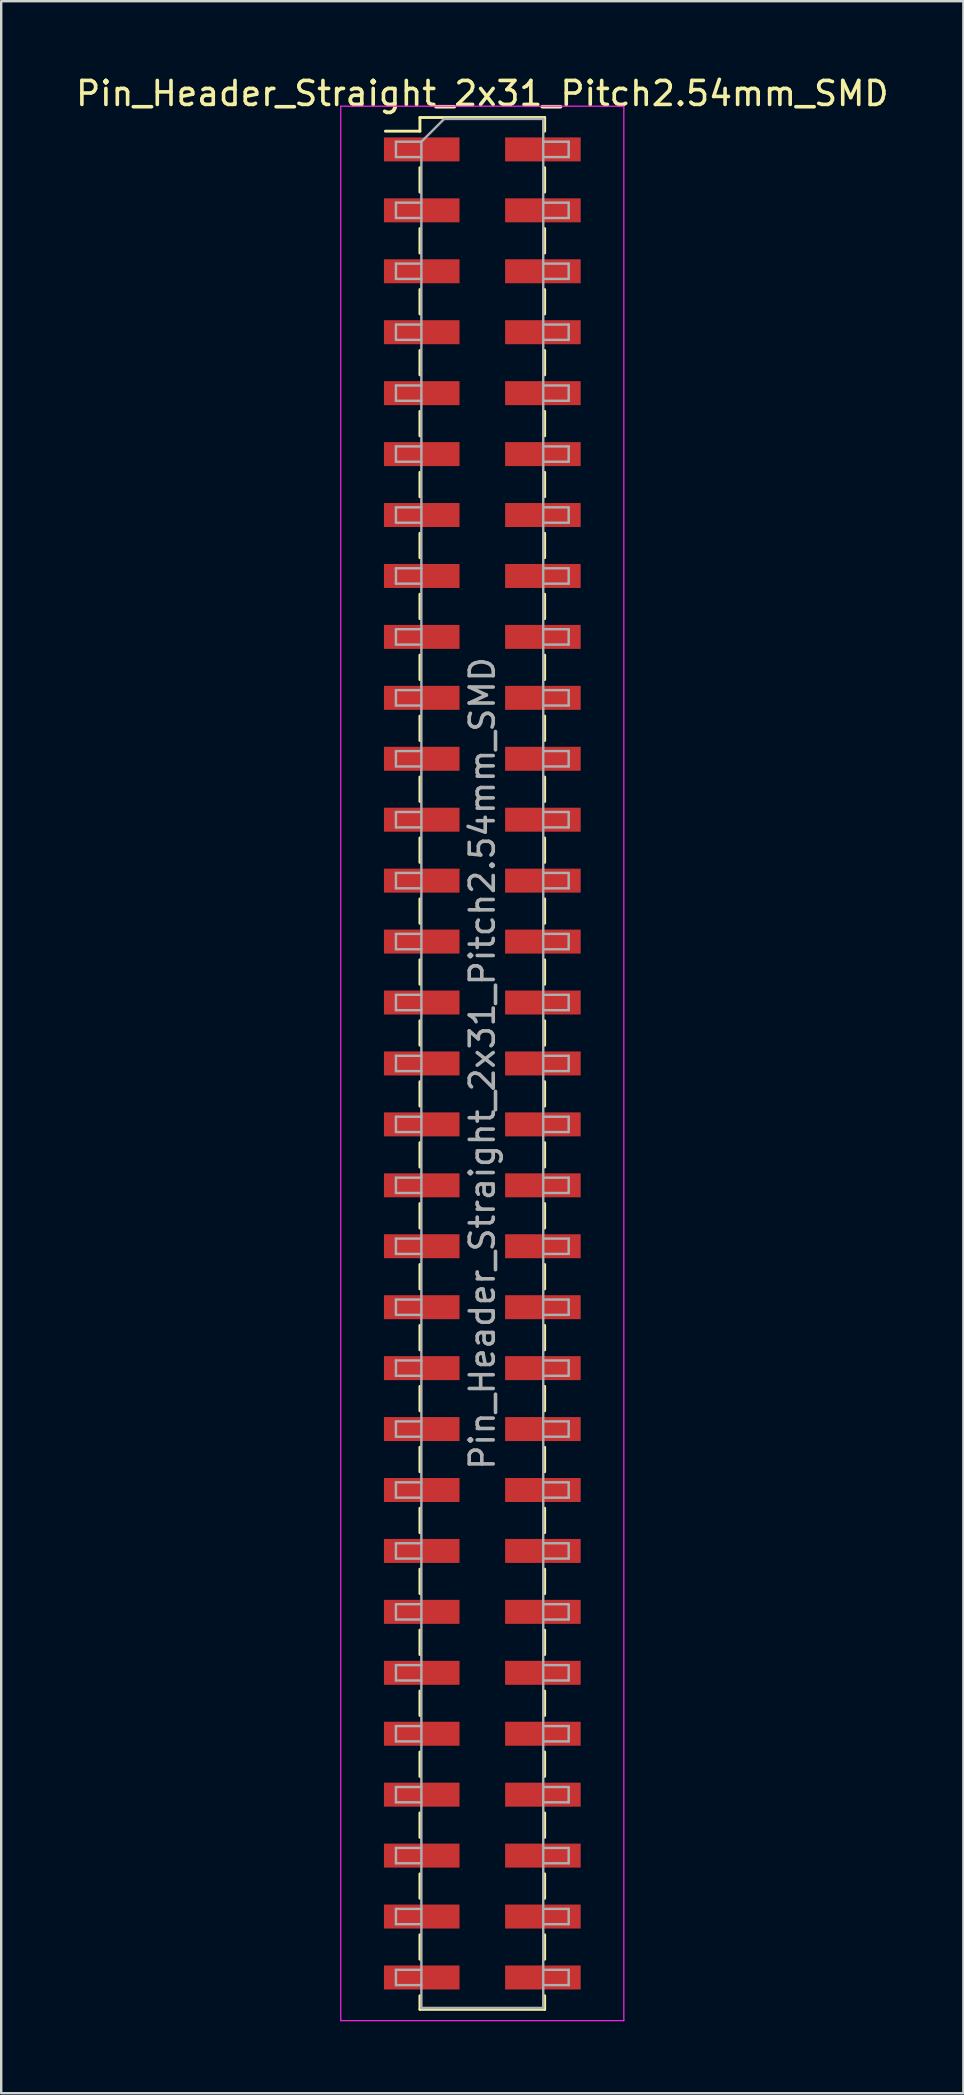
<source format=kicad_pcb>
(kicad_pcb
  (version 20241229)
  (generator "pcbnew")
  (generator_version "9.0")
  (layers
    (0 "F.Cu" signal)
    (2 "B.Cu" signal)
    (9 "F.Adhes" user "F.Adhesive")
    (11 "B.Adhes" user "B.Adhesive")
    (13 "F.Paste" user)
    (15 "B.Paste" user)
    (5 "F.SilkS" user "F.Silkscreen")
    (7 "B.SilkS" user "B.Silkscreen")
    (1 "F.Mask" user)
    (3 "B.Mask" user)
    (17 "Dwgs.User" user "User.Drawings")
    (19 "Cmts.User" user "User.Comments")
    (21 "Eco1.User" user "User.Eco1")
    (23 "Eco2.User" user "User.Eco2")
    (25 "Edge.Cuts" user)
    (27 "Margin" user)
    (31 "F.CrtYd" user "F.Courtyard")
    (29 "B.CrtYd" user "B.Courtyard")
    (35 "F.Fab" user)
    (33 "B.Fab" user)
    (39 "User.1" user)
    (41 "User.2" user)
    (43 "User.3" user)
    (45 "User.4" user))
  (footprint "Pin_Header_Straight_2x31_Pitch2.54mm_SMD"
    (layer "F.Cu")
    (at 17.054 41.278)
    (property "Reference" "Pin_Header_Straight_2x31_Pitch2.54mm_SMD" (at 0 -40.43 0) (layer "F.SilkS") (effects (font (size 1 1) (thickness 0.15))))
    (attr smd)
    (fp_line (start -4.04 -38.86) (end -2.6 -38.86) (stroke (width 0.12) (type solid)) (layer "F.SilkS"))
    (fp_line (start -2.6 -39.43) (end -2.6 -38.86) (stroke (width 0.12) (type solid)) (layer "F.SilkS"))
    (fp_line (start -2.6 -39.43) (end 2.6 -39.43) (stroke (width 0.12) (type solid)) (layer "F.SilkS"))
    (fp_line (start -2.6 -37.34) (end -2.6 -36.32) (stroke (width 0.12) (type solid)) (layer "F.SilkS"))
    (fp_line (start -2.6 -34.8) (end -2.6 -33.78) (stroke (width 0.12) (type solid)) (layer "F.SilkS"))
    (fp_line (start -2.6 -32.26) (end -2.6 -31.24) (stroke (width 0.12) (type solid)) (layer "F.SilkS"))
    (fp_line (start -2.6 -29.72) (end -2.6 -28.7) (stroke (width 0.12) (type solid)) (layer "F.SilkS"))
    (fp_line (start -2.6 -27.18) (end -2.6 -26.16) (stroke (width 0.12) (type solid)) (layer "F.SilkS"))
    (fp_line (start -2.6 -24.64) (end -2.6 -23.62) (stroke (width 0.12) (type solid)) (layer "F.SilkS"))
    (fp_line (start -2.6 -22.1) (end -2.6 -21.08) (stroke (width 0.12) (type solid)) (layer "F.SilkS"))
    (fp_line (start -2.6 -19.56) (end -2.6 -18.54) (stroke (width 0.12) (type solid)) (layer "F.SilkS"))
    (fp_line (start -2.6 -17.02) (end -2.6 -16) (stroke (width 0.12) (type solid)) (layer "F.SilkS"))
    (fp_line (start -2.6 -14.48) (end -2.6 -13.46) (stroke (width 0.12) (type solid)) (layer "F.SilkS"))
    (fp_line (start -2.6 -11.94) (end -2.6 -10.92) (stroke (width 0.12) (type solid)) (layer "F.SilkS"))
    (fp_line (start -2.6 -9.4) (end -2.6 -8.38) (stroke (width 0.12) (type solid)) (layer "F.SilkS"))
    (fp_line (start -2.6 -6.86) (end -2.6 -5.84) (stroke (width 0.12) (type solid)) (layer "F.SilkS"))
    (fp_line (start -2.6 -4.32) (end -2.6 -3.3) (stroke (width 0.12) (type solid)) (layer "F.SilkS"))
    (fp_line (start -2.6 -1.78) (end -2.6 -0.76) (stroke (width 0.12) (type solid)) (layer "F.SilkS"))
    (fp_line (start -2.6 0.76) (end -2.6 1.78) (stroke (width 0.12) (type solid)) (layer "F.SilkS"))
    (fp_line (start -2.6 3.3) (end -2.6 4.32) (stroke (width 0.12) (type solid)) (layer "F.SilkS"))
    (fp_line (start -2.6 5.84) (end -2.6 6.86) (stroke (width 0.12) (type solid)) (layer "F.SilkS"))
    (fp_line (start -2.6 8.38) (end -2.6 9.4) (stroke (width 0.12) (type solid)) (layer "F.SilkS"))
    (fp_line (start -2.6 10.92) (end -2.6 11.94) (stroke (width 0.12) (type solid)) (layer "F.SilkS"))
    (fp_line (start -2.6 13.46) (end -2.6 14.48) (stroke (width 0.12) (type solid)) (layer "F.SilkS"))
    (fp_line (start -2.6 16) (end -2.6 17.02) (stroke (width 0.12) (type solid)) (layer "F.SilkS"))
    (fp_line (start -2.6 18.54) (end -2.6 19.56) (stroke (width 0.12) (type solid)) (layer "F.SilkS"))
    (fp_line (start -2.6 21.08) (end -2.6 22.1) (stroke (width 0.12) (type solid)) (layer "F.SilkS"))
    (fp_line (start -2.6 23.62) (end -2.6 24.64) (stroke (width 0.12) (type solid)) (layer "F.SilkS"))
    (fp_line (start -2.6 26.16) (end -2.6 27.18) (stroke (width 0.12) (type solid)) (layer "F.SilkS"))
    (fp_line (start -2.6 28.7) (end -2.6 29.72) (stroke (width 0.12) (type solid)) (layer "F.SilkS"))
    (fp_line (start -2.6 31.24) (end -2.6 32.26) (stroke (width 0.12) (type solid)) (layer "F.SilkS"))
    (fp_line (start -2.6 33.78) (end -2.6 34.8) (stroke (width 0.12) (type solid)) (layer "F.SilkS"))
    (fp_line (start -2.6 36.32) (end -2.6 37.34) (stroke (width 0.12) (type solid)) (layer "F.SilkS"))
    (fp_line (start -2.6 38.86) (end -2.6 39.43) (stroke (width 0.12) (type solid)) (layer "F.SilkS"))
    (fp_line (start -2.6 39.43) (end 2.6 39.43) (stroke (width 0.12) (type solid)) (layer "F.SilkS"))
    (fp_line (start 2.6 -39.43) (end 2.6 -38.86) (stroke (width 0.12) (type solid)) (layer "F.SilkS"))
    (fp_line (start 2.6 -37.34) (end 2.6 -36.32) (stroke (width 0.12) (type solid)) (layer "F.SilkS"))
    (fp_line (start 2.6 -34.8) (end 2.6 -33.78) (stroke (width 0.12) (type solid)) (layer "F.SilkS"))
    (fp_line (start 2.6 -32.26) (end 2.6 -31.24) (stroke (width 0.12) (type solid)) (layer "F.SilkS"))
    (fp_line (start 2.6 -29.72) (end 2.6 -28.7) (stroke (width 0.12) (type solid)) (layer "F.SilkS"))
    (fp_line (start 2.6 -27.18) (end 2.6 -26.16) (stroke (width 0.12) (type solid)) (layer "F.SilkS"))
    (fp_line (start 2.6 -24.64) (end 2.6 -23.62) (stroke (width 0.12) (type solid)) (layer "F.SilkS"))
    (fp_line (start 2.6 -22.1) (end 2.6 -21.08) (stroke (width 0.12) (type solid)) (layer "F.SilkS"))
    (fp_line (start 2.6 -19.56) (end 2.6 -18.54) (stroke (width 0.12) (type solid)) (layer "F.SilkS"))
    (fp_line (start 2.6 -17.02) (end 2.6 -16) (stroke (width 0.12) (type solid)) (layer "F.SilkS"))
    (fp_line (start 2.6 -14.48) (end 2.6 -13.46) (stroke (width 0.12) (type solid)) (layer "F.SilkS"))
    (fp_line (start 2.6 -11.94) (end 2.6 -10.92) (stroke (width 0.12) (type solid)) (layer "F.SilkS"))
    (fp_line (start 2.6 -9.4) (end 2.6 -8.38) (stroke (width 0.12) (type solid)) (layer "F.SilkS"))
    (fp_line (start 2.6 -6.86) (end 2.6 -5.84) (stroke (width 0.12) (type solid)) (layer "F.SilkS"))
    (fp_line (start 2.6 -4.32) (end 2.6 -3.3) (stroke (width 0.12) (type solid)) (layer "F.SilkS"))
    (fp_line (start 2.6 -1.78) (end 2.6 -0.76) (stroke (width 0.12) (type solid)) (layer "F.SilkS"))
    (fp_line (start 2.6 0.76) (end 2.6 1.78) (stroke (width 0.12) (type solid)) (layer "F.SilkS"))
    (fp_line (start 2.6 3.3) (end 2.6 4.32) (stroke (width 0.12) (type solid)) (layer "F.SilkS"))
    (fp_line (start 2.6 5.84) (end 2.6 6.86) (stroke (width 0.12) (type solid)) (layer "F.SilkS"))
    (fp_line (start 2.6 8.38) (end 2.6 9.4) (stroke (width 0.12) (type solid)) (layer "F.SilkS"))
    (fp_line (start 2.6 10.92) (end 2.6 11.94) (stroke (width 0.12) (type solid)) (layer "F.SilkS"))
    (fp_line (start 2.6 13.46) (end 2.6 14.48) (stroke (width 0.12) (type solid)) (layer "F.SilkS"))
    (fp_line (start 2.6 16) (end 2.6 17.02) (stroke (width 0.12) (type solid)) (layer "F.SilkS"))
    (fp_line (start 2.6 18.54) (end 2.6 19.56) (stroke (width 0.12) (type solid)) (layer "F.SilkS"))
    (fp_line (start 2.6 21.08) (end 2.6 22.1) (stroke (width 0.12) (type solid)) (layer "F.SilkS"))
    (fp_line (start 2.6 23.62) (end 2.6 24.64) (stroke (width 0.12) (type solid)) (layer "F.SilkS"))
    (fp_line (start 2.6 26.16) (end 2.6 27.18) (stroke (width 0.12) (type solid)) (layer "F.SilkS"))
    (fp_line (start 2.6 28.7) (end 2.6 29.72) (stroke (width 0.12) (type solid)) (layer "F.SilkS"))
    (fp_line (start 2.6 31.24) (end 2.6 32.26) (stroke (width 0.12) (type solid)) (layer "F.SilkS"))
    (fp_line (start 2.6 33.78) (end 2.6 34.8) (stroke (width 0.12) (type solid)) (layer "F.SilkS"))
    (fp_line (start 2.6 36.32) (end 2.6 37.34) (stroke (width 0.12) (type solid)) (layer "F.SilkS"))
    (fp_line (start 2.6 38.86) (end 2.6 39.43) (stroke (width 0.12) (type solid)) (layer "F.SilkS"))
    (fp_line (start -5.9 -39.9) (end -5.9 39.9) (stroke (width 0.05) (type solid)) (layer "F.CrtYd"))
    (fp_line (start -5.9 39.9) (end 5.9 39.9) (stroke (width 0.05) (type solid)) (layer "F.CrtYd"))
    (fp_line (start 5.9 -39.9) (end -5.9 -39.9) (stroke (width 0.05) (type solid)) (layer "F.CrtYd"))
    (fp_line (start 5.9 39.9) (end 5.9 -39.9) (stroke (width 0.05) (type solid)) (layer "F.CrtYd"))
    (fp_line (start -3.6 -38.42) (end -3.6 -37.78) (stroke (width 0.1) (type solid)) (layer "F.Fab"))
    (fp_line (start -3.6 -37.78) (end -2.54 -37.78) (stroke (width 0.1) (type solid)) (layer "F.Fab"))
    (fp_line (start -3.6 -35.88) (end -3.6 -35.24) (stroke (width 0.1) (type solid)) (layer "F.Fab"))
    (fp_line (start -3.6 -35.24) (end -2.54 -35.24) (stroke (width 0.1) (type solid)) (layer "F.Fab"))
    (fp_line (start -3.6 -33.34) (end -3.6 -32.7) (stroke (width 0.1) (type solid)) (layer "F.Fab"))
    (fp_line (start -3.6 -32.7) (end -2.54 -32.7) (stroke (width 0.1) (type solid)) (layer "F.Fab"))
    (fp_line (start -3.6 -30.8) (end -3.6 -30.16) (stroke (width 0.1) (type solid)) (layer "F.Fab"))
    (fp_line (start -3.6 -30.16) (end -2.54 -30.16) (stroke (width 0.1) (type solid)) (layer "F.Fab"))
    (fp_line (start -3.6 -28.26) (end -3.6 -27.62) (stroke (width 0.1) (type solid)) (layer "F.Fab"))
    (fp_line (start -3.6 -27.62) (end -2.54 -27.62) (stroke (width 0.1) (type solid)) (layer "F.Fab"))
    (fp_line (start -3.6 -25.72) (end -3.6 -25.08) (stroke (width 0.1) (type solid)) (layer "F.Fab"))
    (fp_line (start -3.6 -25.08) (end -2.54 -25.08) (stroke (width 0.1) (type solid)) (layer "F.Fab"))
    (fp_line (start -3.6 -23.18) (end -3.6 -22.54) (stroke (width 0.1) (type solid)) (layer "F.Fab"))
    (fp_line (start -3.6 -22.54) (end -2.54 -22.54) (stroke (width 0.1) (type solid)) (layer "F.Fab"))
    (fp_line (start -3.6 -20.64) (end -3.6 -20) (stroke (width 0.1) (type solid)) (layer "F.Fab"))
    (fp_line (start -3.6 -20) (end -2.54 -20) (stroke (width 0.1) (type solid)) (layer "F.Fab"))
    (fp_line (start -3.6 -18.1) (end -3.6 -17.46) (stroke (width 0.1) (type solid)) (layer "F.Fab"))
    (fp_line (start -3.6 -17.46) (end -2.54 -17.46) (stroke (width 0.1) (type solid)) (layer "F.Fab"))
    (fp_line (start -3.6 -15.56) (end -3.6 -14.92) (stroke (width 0.1) (type solid)) (layer "F.Fab"))
    (fp_line (start -3.6 -14.92) (end -2.54 -14.92) (stroke (width 0.1) (type solid)) (layer "F.Fab"))
    (fp_line (start -3.6 -13.02) (end -3.6 -12.38) (stroke (width 0.1) (type solid)) (layer "F.Fab"))
    (fp_line (start -3.6 -12.38) (end -2.54 -12.38) (stroke (width 0.1) (type solid)) (layer "F.Fab"))
    (fp_line (start -3.6 -10.48) (end -3.6 -9.84) (stroke (width 0.1) (type solid)) (layer "F.Fab"))
    (fp_line (start -3.6 -9.84) (end -2.54 -9.84) (stroke (width 0.1) (type solid)) (layer "F.Fab"))
    (fp_line (start -3.6 -7.94) (end -3.6 -7.3) (stroke (width 0.1) (type solid)) (layer "F.Fab"))
    (fp_line (start -3.6 -7.3) (end -2.54 -7.3) (stroke (width 0.1) (type solid)) (layer "F.Fab"))
    (fp_line (start -3.6 -5.4) (end -3.6 -4.76) (stroke (width 0.1) (type solid)) (layer "F.Fab"))
    (fp_line (start -3.6 -4.76) (end -2.54 -4.76) (stroke (width 0.1) (type solid)) (layer "F.Fab"))
    (fp_line (start -3.6 -2.86) (end -3.6 -2.22) (stroke (width 0.1) (type solid)) (layer "F.Fab"))
    (fp_line (start -3.6 -2.22) (end -2.54 -2.22) (stroke (width 0.1) (type solid)) (layer "F.Fab"))
    (fp_line (start -3.6 -0.32) (end -3.6 0.32) (stroke (width 0.1) (type solid)) (layer "F.Fab"))
    (fp_line (start -3.6 0.32) (end -2.54 0.32) (stroke (width 0.1) (type solid)) (layer "F.Fab"))
    (fp_line (start -3.6 2.22) (end -3.6 2.86) (stroke (width 0.1) (type solid)) (layer "F.Fab"))
    (fp_line (start -3.6 2.86) (end -2.54 2.86) (stroke (width 0.1) (type solid)) (layer "F.Fab"))
    (fp_line (start -3.6 4.76) (end -3.6 5.4) (stroke (width 0.1) (type solid)) (layer "F.Fab"))
    (fp_line (start -3.6 5.4) (end -2.54 5.4) (stroke (width 0.1) (type solid)) (layer "F.Fab"))
    (fp_line (start -3.6 7.3) (end -3.6 7.94) (stroke (width 0.1) (type solid)) (layer "F.Fab"))
    (fp_line (start -3.6 7.94) (end -2.54 7.94) (stroke (width 0.1) (type solid)) (layer "F.Fab"))
    (fp_line (start -3.6 9.84) (end -3.6 10.48) (stroke (width 0.1) (type solid)) (layer "F.Fab"))
    (fp_line (start -3.6 10.48) (end -2.54 10.48) (stroke (width 0.1) (type solid)) (layer "F.Fab"))
    (fp_line (start -3.6 12.38) (end -3.6 13.02) (stroke (width 0.1) (type solid)) (layer "F.Fab"))
    (fp_line (start -3.6 13.02) (end -2.54 13.02) (stroke (width 0.1) (type solid)) (layer "F.Fab"))
    (fp_line (start -3.6 14.92) (end -3.6 15.56) (stroke (width 0.1) (type solid)) (layer "F.Fab"))
    (fp_line (start -3.6 15.56) (end -2.54 15.56) (stroke (width 0.1) (type solid)) (layer "F.Fab"))
    (fp_line (start -3.6 17.46) (end -3.6 18.1) (stroke (width 0.1) (type solid)) (layer "F.Fab"))
    (fp_line (start -3.6 18.1) (end -2.54 18.1) (stroke (width 0.1) (type solid)) (layer "F.Fab"))
    (fp_line (start -3.6 20) (end -3.6 20.64) (stroke (width 0.1) (type solid)) (layer "F.Fab"))
    (fp_line (start -3.6 20.64) (end -2.54 20.64) (stroke (width 0.1) (type solid)) (layer "F.Fab"))
    (fp_line (start -3.6 22.54) (end -3.6 23.18) (stroke (width 0.1) (type solid)) (layer "F.Fab"))
    (fp_line (start -3.6 23.18) (end -2.54 23.18) (stroke (width 0.1) (type solid)) (layer "F.Fab"))
    (fp_line (start -3.6 25.08) (end -3.6 25.72) (stroke (width 0.1) (type solid)) (layer "F.Fab"))
    (fp_line (start -3.6 25.72) (end -2.54 25.72) (stroke (width 0.1) (type solid)) (layer "F.Fab"))
    (fp_line (start -3.6 27.62) (end -3.6 28.26) (stroke (width 0.1) (type solid)) (layer "F.Fab"))
    (fp_line (start -3.6 28.26) (end -2.54 28.26) (stroke (width 0.1) (type solid)) (layer "F.Fab"))
    (fp_line (start -3.6 30.16) (end -3.6 30.8) (stroke (width 0.1) (type solid)) (layer "F.Fab"))
    (fp_line (start -3.6 30.8) (end -2.54 30.8) (stroke (width 0.1) (type solid)) (layer "F.Fab"))
    (fp_line (start -3.6 32.7) (end -3.6 33.34) (stroke (width 0.1) (type solid)) (layer "F.Fab"))
    (fp_line (start -3.6 33.34) (end -2.54 33.34) (stroke (width 0.1) (type solid)) (layer "F.Fab"))
    (fp_line (start -3.6 35.24) (end -3.6 35.88) (stroke (width 0.1) (type solid)) (layer "F.Fab"))
    (fp_line (start -3.6 35.88) (end -2.54 35.88) (stroke (width 0.1) (type solid)) (layer "F.Fab"))
    (fp_line (start -3.6 37.78) (end -3.6 38.42) (stroke (width 0.1) (type solid)) (layer "F.Fab"))
    (fp_line (start -3.6 38.42) (end -2.54 38.42) (stroke (width 0.1) (type solid)) (layer "F.Fab"))
    (fp_line (start -2.54 -38.42) (end -3.6 -38.42) (stroke (width 0.1) (type solid)) (layer "F.Fab"))
    (fp_line (start -2.54 -38.42) (end -1.59 -39.37) (stroke (width 0.1) (type solid)) (layer "F.Fab"))
    (fp_line (start -2.54 -35.88) (end -3.6 -35.88) (stroke (width 0.1) (type solid)) (layer "F.Fab"))
    (fp_line (start -2.54 -33.34) (end -3.6 -33.34) (stroke (width 0.1) (type solid)) (layer "F.Fab"))
    (fp_line (start -2.54 -30.8) (end -3.6 -30.8) (stroke (width 0.1) (type solid)) (layer "F.Fab"))
    (fp_line (start -2.54 -28.26) (end -3.6 -28.26) (stroke (width 0.1) (type solid)) (layer "F.Fab"))
    (fp_line (start -2.54 -25.72) (end -3.6 -25.72) (stroke (width 0.1) (type solid)) (layer "F.Fab"))
    (fp_line (start -2.54 -23.18) (end -3.6 -23.18) (stroke (width 0.1) (type solid)) (layer "F.Fab"))
    (fp_line (start -2.54 -20.64) (end -3.6 -20.64) (stroke (width 0.1) (type solid)) (layer "F.Fab"))
    (fp_line (start -2.54 -18.1) (end -3.6 -18.1) (stroke (width 0.1) (type solid)) (layer "F.Fab"))
    (fp_line (start -2.54 -15.56) (end -3.6 -15.56) (stroke (width 0.1) (type solid)) (layer "F.Fab"))
    (fp_line (start -2.54 -13.02) (end -3.6 -13.02) (stroke (width 0.1) (type solid)) (layer "F.Fab"))
    (fp_line (start -2.54 -10.48) (end -3.6 -10.48) (stroke (width 0.1) (type solid)) (layer "F.Fab"))
    (fp_line (start -2.54 -7.94) (end -3.6 -7.94) (stroke (width 0.1) (type solid)) (layer "F.Fab"))
    (fp_line (start -2.54 -5.4) (end -3.6 -5.4) (stroke (width 0.1) (type solid)) (layer "F.Fab"))
    (fp_line (start -2.54 -2.86) (end -3.6 -2.86) (stroke (width 0.1) (type solid)) (layer "F.Fab"))
    (fp_line (start -2.54 -0.32) (end -3.6 -0.32) (stroke (width 0.1) (type solid)) (layer "F.Fab"))
    (fp_line (start -2.54 2.22) (end -3.6 2.22) (stroke (width 0.1) (type solid)) (layer "F.Fab"))
    (fp_line (start -2.54 4.76) (end -3.6 4.76) (stroke (width 0.1) (type solid)) (layer "F.Fab"))
    (fp_line (start -2.54 7.3) (end -3.6 7.3) (stroke (width 0.1) (type solid)) (layer "F.Fab"))
    (fp_line (start -2.54 9.84) (end -3.6 9.84) (stroke (width 0.1) (type solid)) (layer "F.Fab"))
    (fp_line (start -2.54 12.38) (end -3.6 12.38) (stroke (width 0.1) (type solid)) (layer "F.Fab"))
    (fp_line (start -2.54 14.92) (end -3.6 14.92) (stroke (width 0.1) (type solid)) (layer "F.Fab"))
    (fp_line (start -2.54 17.46) (end -3.6 17.46) (stroke (width 0.1) (type solid)) (layer "F.Fab"))
    (fp_line (start -2.54 20) (end -3.6 20) (stroke (width 0.1) (type solid)) (layer "F.Fab"))
    (fp_line (start -2.54 22.54) (end -3.6 22.54) (stroke (width 0.1) (type solid)) (layer "F.Fab"))
    (fp_line (start -2.54 25.08) (end -3.6 25.08) (stroke (width 0.1) (type solid)) (layer "F.Fab"))
    (fp_line (start -2.54 27.62) (end -3.6 27.62) (stroke (width 0.1) (type solid)) (layer "F.Fab"))
    (fp_line (start -2.54 30.16) (end -3.6 30.16) (stroke (width 0.1) (type solid)) (layer "F.Fab"))
    (fp_line (start -2.54 32.7) (end -3.6 32.7) (stroke (width 0.1) (type solid)) (layer "F.Fab"))
    (fp_line (start -2.54 35.24) (end -3.6 35.24) (stroke (width 0.1) (type solid)) (layer "F.Fab"))
    (fp_line (start -2.54 37.78) (end -3.6 37.78) (stroke (width 0.1) (type solid)) (layer "F.Fab"))
    (fp_line (start -2.54 39.37) (end -2.54 -38.42) (stroke (width 0.1) (type solid)) (layer "F.Fab"))
    (fp_line (start -1.59 -39.37) (end 2.54 -39.37) (stroke (width 0.1) (type solid)) (layer "F.Fab"))
    (fp_line (start 2.54 -39.37) (end 2.54 39.37) (stroke (width 0.1) (type solid)) (layer "F.Fab"))
    (fp_line (start 2.54 -38.42) (end 3.6 -38.42) (stroke (width 0.1) (type solid)) (layer "F.Fab"))
    (fp_line (start 2.54 -35.88) (end 3.6 -35.88) (stroke (width 0.1) (type solid)) (layer "F.Fab"))
    (fp_line (start 2.54 -33.34) (end 3.6 -33.34) (stroke (width 0.1) (type solid)) (layer "F.Fab"))
    (fp_line (start 2.54 -30.8) (end 3.6 -30.8) (stroke (width 0.1) (type solid)) (layer "F.Fab"))
    (fp_line (start 2.54 -28.26) (end 3.6 -28.26) (stroke (width 0.1) (type solid)) (layer "F.Fab"))
    (fp_line (start 2.54 -25.72) (end 3.6 -25.72) (stroke (width 0.1) (type solid)) (layer "F.Fab"))
    (fp_line (start 2.54 -23.18) (end 3.6 -23.18) (stroke (width 0.1) (type solid)) (layer "F.Fab"))
    (fp_line (start 2.54 -20.64) (end 3.6 -20.64) (stroke (width 0.1) (type solid)) (layer "F.Fab"))
    (fp_line (start 2.54 -18.1) (end 3.6 -18.1) (stroke (width 0.1) (type solid)) (layer "F.Fab"))
    (fp_line (start 2.54 -15.56) (end 3.6 -15.56) (stroke (width 0.1) (type solid)) (layer "F.Fab"))
    (fp_line (start 2.54 -13.02) (end 3.6 -13.02) (stroke (width 0.1) (type solid)) (layer "F.Fab"))
    (fp_line (start 2.54 -10.48) (end 3.6 -10.48) (stroke (width 0.1) (type solid)) (layer "F.Fab"))
    (fp_line (start 2.54 -7.94) (end 3.6 -7.94) (stroke (width 0.1) (type solid)) (layer "F.Fab"))
    (fp_line (start 2.54 -5.4) (end 3.6 -5.4) (stroke (width 0.1) (type solid)) (layer "F.Fab"))
    (fp_line (start 2.54 -2.86) (end 3.6 -2.86) (stroke (width 0.1) (type solid)) (layer "F.Fab"))
    (fp_line (start 2.54 -0.32) (end 3.6 -0.32) (stroke (width 0.1) (type solid)) (layer "F.Fab"))
    (fp_line (start 2.54 2.22) (end 3.6 2.22) (stroke (width 0.1) (type solid)) (layer "F.Fab"))
    (fp_line (start 2.54 4.76) (end 3.6 4.76) (stroke (width 0.1) (type solid)) (layer "F.Fab"))
    (fp_line (start 2.54 7.3) (end 3.6 7.3) (stroke (width 0.1) (type solid)) (layer "F.Fab"))
    (fp_line (start 2.54 9.84) (end 3.6 9.84) (stroke (width 0.1) (type solid)) (layer "F.Fab"))
    (fp_line (start 2.54 12.38) (end 3.6 12.38) (stroke (width 0.1) (type solid)) (layer "F.Fab"))
    (fp_line (start 2.54 14.92) (end 3.6 14.92) (stroke (width 0.1) (type solid)) (layer "F.Fab"))
    (fp_line (start 2.54 17.46) (end 3.6 17.46) (stroke (width 0.1) (type solid)) (layer "F.Fab"))
    (fp_line (start 2.54 20) (end 3.6 20) (stroke (width 0.1) (type solid)) (layer "F.Fab"))
    (fp_line (start 2.54 22.54) (end 3.6 22.54) (stroke (width 0.1) (type solid)) (layer "F.Fab"))
    (fp_line (start 2.54 25.08) (end 3.6 25.08) (stroke (width 0.1) (type solid)) (layer "F.Fab"))
    (fp_line (start 2.54 27.62) (end 3.6 27.62) (stroke (width 0.1) (type solid)) (layer "F.Fab"))
    (fp_line (start 2.54 30.16) (end 3.6 30.16) (stroke (width 0.1) (type solid)) (layer "F.Fab"))
    (fp_line (start 2.54 32.7) (end 3.6 32.7) (stroke (width 0.1) (type solid)) (layer "F.Fab"))
    (fp_line (start 2.54 35.24) (end 3.6 35.24) (stroke (width 0.1) (type solid)) (layer "F.Fab"))
    (fp_line (start 2.54 37.78) (end 3.6 37.78) (stroke (width 0.1) (type solid)) (layer "F.Fab"))
    (fp_line (start 2.54 39.37) (end -2.54 39.37) (stroke (width 0.1) (type solid)) (layer "F.Fab"))
    (fp_line (start 3.6 -38.42) (end 3.6 -37.78) (stroke (width 0.1) (type solid)) (layer "F.Fab"))
    (fp_line (start 3.6 -37.78) (end 2.54 -37.78) (stroke (width 0.1) (type solid)) (layer "F.Fab"))
    (fp_line (start 3.6 -35.88) (end 3.6 -35.24) (stroke (width 0.1) (type solid)) (layer "F.Fab"))
    (fp_line (start 3.6 -35.24) (end 2.54 -35.24) (stroke (width 0.1) (type solid)) (layer "F.Fab"))
    (fp_line (start 3.6 -33.34) (end 3.6 -32.7) (stroke (width 0.1) (type solid)) (layer "F.Fab"))
    (fp_line (start 3.6 -32.7) (end 2.54 -32.7) (stroke (width 0.1) (type solid)) (layer "F.Fab"))
    (fp_line (start 3.6 -30.8) (end 3.6 -30.16) (stroke (width 0.1) (type solid)) (layer "F.Fab"))
    (fp_line (start 3.6 -30.16) (end 2.54 -30.16) (stroke (width 0.1) (type solid)) (layer "F.Fab"))
    (fp_line (start 3.6 -28.26) (end 3.6 -27.62) (stroke (width 0.1) (type solid)) (layer "F.Fab"))
    (fp_line (start 3.6 -27.62) (end 2.54 -27.62) (stroke (width 0.1) (type solid)) (layer "F.Fab"))
    (fp_line (start 3.6 -25.72) (end 3.6 -25.08) (stroke (width 0.1) (type solid)) (layer "F.Fab"))
    (fp_line (start 3.6 -25.08) (end 2.54 -25.08) (stroke (width 0.1) (type solid)) (layer "F.Fab"))
    (fp_line (start 3.6 -23.18) (end 3.6 -22.54) (stroke (width 0.1) (type solid)) (layer "F.Fab"))
    (fp_line (start 3.6 -22.54) (end 2.54 -22.54) (stroke (width 0.1) (type solid)) (layer "F.Fab"))
    (fp_line (start 3.6 -20.64) (end 3.6 -20) (stroke (width 0.1) (type solid)) (layer "F.Fab"))
    (fp_line (start 3.6 -20) (end 2.54 -20) (stroke (width 0.1) (type solid)) (layer "F.Fab"))
    (fp_line (start 3.6 -18.1) (end 3.6 -17.46) (stroke (width 0.1) (type solid)) (layer "F.Fab"))
    (fp_line (start 3.6 -17.46) (end 2.54 -17.46) (stroke (width 0.1) (type solid)) (layer "F.Fab"))
    (fp_line (start 3.6 -15.56) (end 3.6 -14.92) (stroke (width 0.1) (type solid)) (layer "F.Fab"))
    (fp_line (start 3.6 -14.92) (end 2.54 -14.92) (stroke (width 0.1) (type solid)) (layer "F.Fab"))
    (fp_line (start 3.6 -13.02) (end 3.6 -12.38) (stroke (width 0.1) (type solid)) (layer "F.Fab"))
    (fp_line (start 3.6 -12.38) (end 2.54 -12.38) (stroke (width 0.1) (type solid)) (layer "F.Fab"))
    (fp_line (start 3.6 -10.48) (end 3.6 -9.84) (stroke (width 0.1) (type solid)) (layer "F.Fab"))
    (fp_line (start 3.6 -9.84) (end 2.54 -9.84) (stroke (width 0.1) (type solid)) (layer "F.Fab"))
    (fp_line (start 3.6 -7.94) (end 3.6 -7.3) (stroke (width 0.1) (type solid)) (layer "F.Fab"))
    (fp_line (start 3.6 -7.3) (end 2.54 -7.3) (stroke (width 0.1) (type solid)) (layer "F.Fab"))
    (fp_line (start 3.6 -5.4) (end 3.6 -4.76) (stroke (width 0.1) (type solid)) (layer "F.Fab"))
    (fp_line (start 3.6 -4.76) (end 2.54 -4.76) (stroke (width 0.1) (type solid)) (layer "F.Fab"))
    (fp_line (start 3.6 -2.86) (end 3.6 -2.22) (stroke (width 0.1) (type solid)) (layer "F.Fab"))
    (fp_line (start 3.6 -2.22) (end 2.54 -2.22) (stroke (width 0.1) (type solid)) (layer "F.Fab"))
    (fp_line (start 3.6 -0.32) (end 3.6 0.32) (stroke (width 0.1) (type solid)) (layer "F.Fab"))
    (fp_line (start 3.6 0.32) (end 2.54 0.32) (stroke (width 0.1) (type solid)) (layer "F.Fab"))
    (fp_line (start 3.6 2.22) (end 3.6 2.86) (stroke (width 0.1) (type solid)) (layer "F.Fab"))
    (fp_line (start 3.6 2.86) (end 2.54 2.86) (stroke (width 0.1) (type solid)) (layer "F.Fab"))
    (fp_line (start 3.6 4.76) (end 3.6 5.4) (stroke (width 0.1) (type solid)) (layer "F.Fab"))
    (fp_line (start 3.6 5.4) (end 2.54 5.4) (stroke (width 0.1) (type solid)) (layer "F.Fab"))
    (fp_line (start 3.6 7.3) (end 3.6 7.94) (stroke (width 0.1) (type solid)) (layer "F.Fab"))
    (fp_line (start 3.6 7.94) (end 2.54 7.94) (stroke (width 0.1) (type solid)) (layer "F.Fab"))
    (fp_line (start 3.6 9.84) (end 3.6 10.48) (stroke (width 0.1) (type solid)) (layer "F.Fab"))
    (fp_line (start 3.6 10.48) (end 2.54 10.48) (stroke (width 0.1) (type solid)) (layer "F.Fab"))
    (fp_line (start 3.6 12.38) (end 3.6 13.02) (stroke (width 0.1) (type solid)) (layer "F.Fab"))
    (fp_line (start 3.6 13.02) (end 2.54 13.02) (stroke (width 0.1) (type solid)) (layer "F.Fab"))
    (fp_line (start 3.6 14.92) (end 3.6 15.56) (stroke (width 0.1) (type solid)) (layer "F.Fab"))
    (fp_line (start 3.6 15.56) (end 2.54 15.56) (stroke (width 0.1) (type solid)) (layer "F.Fab"))
    (fp_line (start 3.6 17.46) (end 3.6 18.1) (stroke (width 0.1) (type solid)) (layer "F.Fab"))
    (fp_line (start 3.6 18.1) (end 2.54 18.1) (stroke (width 0.1) (type solid)) (layer "F.Fab"))
    (fp_line (start 3.6 20) (end 3.6 20.64) (stroke (width 0.1) (type solid)) (layer "F.Fab"))
    (fp_line (start 3.6 20.64) (end 2.54 20.64) (stroke (width 0.1) (type solid)) (layer "F.Fab"))
    (fp_line (start 3.6 22.54) (end 3.6 23.18) (stroke (width 0.1) (type solid)) (layer "F.Fab"))
    (fp_line (start 3.6 23.18) (end 2.54 23.18) (stroke (width 0.1) (type solid)) (layer "F.Fab"))
    (fp_line (start 3.6 25.08) (end 3.6 25.72) (stroke (width 0.1) (type solid)) (layer "F.Fab"))
    (fp_line (start 3.6 25.72) (end 2.54 25.72) (stroke (width 0.1) (type solid)) (layer "F.Fab"))
    (fp_line (start 3.6 27.62) (end 3.6 28.26) (stroke (width 0.1) (type solid)) (layer "F.Fab"))
    (fp_line (start 3.6 28.26) (end 2.54 28.26) (stroke (width 0.1) (type solid)) (layer "F.Fab"))
    (fp_line (start 3.6 30.16) (end 3.6 30.8) (stroke (width 0.1) (type solid)) (layer "F.Fab"))
    (fp_line (start 3.6 30.8) (end 2.54 30.8) (stroke (width 0.1) (type solid)) (layer "F.Fab"))
    (fp_line (start 3.6 32.7) (end 3.6 33.34) (stroke (width 0.1) (type solid)) (layer "F.Fab"))
    (fp_line (start 3.6 33.34) (end 2.54 33.34) (stroke (width 0.1) (type solid)) (layer "F.Fab"))
    (fp_line (start 3.6 35.24) (end 3.6 35.88) (stroke (width 0.1) (type solid)) (layer "F.Fab"))
    (fp_line (start 3.6 35.88) (end 2.54 35.88) (stroke (width 0.1) (type solid)) (layer "F.Fab"))
    (fp_line (start 3.6 37.78) (end 3.6 38.42) (stroke (width 0.1) (type solid)) (layer "F.Fab"))
    (fp_line (start 3.6 38.42) (end 2.54 38.42) (stroke (width 0.1) (type solid)) (layer "F.Fab"))
    (fp_text user "${REFERENCE}" (at 0 0 90) (layer "F.Fab") (effects (font (size 1 1) (thickness 0.15))))
    (pad "1" smd rect (at -2.525 -38.1) (size 3.15 1) (layers "F.Cu" "F.Mask" "F.Paste"))
    (pad "2" smd rect (at 2.525 -38.1) (size 3.15 1) (layers "F.Cu" "F.Mask" "F.Paste"))
    (pad "3" smd rect (at -2.525 -35.56) (size 3.15 1) (layers "F.Cu" "F.Mask" "F.Paste"))
    (pad "4" smd rect (at 2.525 -35.56) (size 3.15 1) (layers "F.Cu" "F.Mask" "F.Paste"))
    (pad "5" smd rect (at -2.525 -33.02) (size 3.15 1) (layers "F.Cu" "F.Mask" "F.Paste"))
    (pad "6" smd rect (at 2.525 -33.02) (size 3.15 1) (layers "F.Cu" "F.Mask" "F.Paste"))
    (pad "7" smd rect (at -2.525 -30.48) (size 3.15 1) (layers "F.Cu" "F.Mask" "F.Paste"))
    (pad "8" smd rect (at 2.525 -30.48) (size 3.15 1) (layers "F.Cu" "F.Mask" "F.Paste"))
    (pad "9" smd rect (at -2.525 -27.94) (size 3.15 1) (layers "F.Cu" "F.Mask" "F.Paste"))
    (pad "10" smd rect (at 2.525 -27.94) (size 3.15 1) (layers "F.Cu" "F.Mask" "F.Paste"))
    (pad "11" smd rect (at -2.525 -25.4) (size 3.15 1) (layers "F.Cu" "F.Mask" "F.Paste"))
    (pad "12" smd rect (at 2.525 -25.4) (size 3.15 1) (layers "F.Cu" "F.Mask" "F.Paste"))
    (pad "13" smd rect (at -2.525 -22.86) (size 3.15 1) (layers "F.Cu" "F.Mask" "F.Paste"))
    (pad "14" smd rect (at 2.525 -22.86) (size 3.15 1) (layers "F.Cu" "F.Mask" "F.Paste"))
    (pad "15" smd rect (at -2.525 -20.32) (size 3.15 1) (layers "F.Cu" "F.Mask" "F.Paste"))
    (pad "16" smd rect (at 2.525 -20.32) (size 3.15 1) (layers "F.Cu" "F.Mask" "F.Paste"))
    (pad "17" smd rect (at -2.525 -17.78) (size 3.15 1) (layers "F.Cu" "F.Mask" "F.Paste"))
    (pad "18" smd rect (at 2.525 -17.78) (size 3.15 1) (layers "F.Cu" "F.Mask" "F.Paste"))
    (pad "19" smd rect (at -2.525 -15.24) (size 3.15 1) (layers "F.Cu" "F.Mask" "F.Paste"))
    (pad "20" smd rect (at 2.525 -15.24) (size 3.15 1) (layers "F.Cu" "F.Mask" "F.Paste"))
    (pad "21" smd rect (at -2.525 -12.7) (size 3.15 1) (layers "F.Cu" "F.Mask" "F.Paste"))
    (pad "22" smd rect (at 2.525 -12.7) (size 3.15 1) (layers "F.Cu" "F.Mask" "F.Paste"))
    (pad "23" smd rect (at -2.525 -10.16) (size 3.15 1) (layers "F.Cu" "F.Mask" "F.Paste"))
    (pad "24" smd rect (at 2.525 -10.16) (size 3.15 1) (layers "F.Cu" "F.Mask" "F.Paste"))
    (pad "25" smd rect (at -2.525 -7.62) (size 3.15 1) (layers "F.Cu" "F.Mask" "F.Paste"))
    (pad "26" smd rect (at 2.525 -7.62) (size 3.15 1) (layers "F.Cu" "F.Mask" "F.Paste"))
    (pad "27" smd rect (at -2.525 -5.08) (size 3.15 1) (layers "F.Cu" "F.Mask" "F.Paste"))
    (pad "28" smd rect (at 2.525 -5.08) (size 3.15 1) (layers "F.Cu" "F.Mask" "F.Paste"))
    (pad "29" smd rect (at -2.525 -2.54) (size 3.15 1) (layers "F.Cu" "F.Mask" "F.Paste"))
    (pad "30" smd rect (at 2.525 -2.54) (size 3.15 1) (layers "F.Cu" "F.Mask" "F.Paste"))
    (pad "31" smd rect (at -2.525 0) (size 3.15 1) (layers "F.Cu" "F.Mask" "F.Paste"))
    (pad "32" smd rect (at 2.525 0) (size 3.15 1) (layers "F.Cu" "F.Mask" "F.Paste"))
    (pad "33" smd rect (at -2.525 2.54) (size 3.15 1) (layers "F.Cu" "F.Mask" "F.Paste"))
    (pad "34" smd rect (at 2.525 2.54) (size 3.15 1) (layers "F.Cu" "F.Mask" "F.Paste"))
    (pad "35" smd rect (at -2.525 5.08) (size 3.15 1) (layers "F.Cu" "F.Mask" "F.Paste"))
    (pad "36" smd rect (at 2.525 5.08) (size 3.15 1) (layers "F.Cu" "F.Mask" "F.Paste"))
    (pad "37" smd rect (at -2.525 7.62) (size 3.15 1) (layers "F.Cu" "F.Mask" "F.Paste"))
    (pad "38" smd rect (at 2.525 7.62) (size 3.15 1) (layers "F.Cu" "F.Mask" "F.Paste"))
    (pad "39" smd rect (at -2.525 10.16) (size 3.15 1) (layers "F.Cu" "F.Mask" "F.Paste"))
    (pad "40" smd rect (at 2.525 10.16) (size 3.15 1) (layers "F.Cu" "F.Mask" "F.Paste"))
    (pad "41" smd rect (at -2.525 12.7) (size 3.15 1) (layers "F.Cu" "F.Mask" "F.Paste"))
    (pad "42" smd rect (at 2.525 12.7) (size 3.15 1) (layers "F.Cu" "F.Mask" "F.Paste"))
    (pad "43" smd rect (at -2.525 15.24) (size 3.15 1) (layers "F.Cu" "F.Mask" "F.Paste"))
    (pad "44" smd rect (at 2.525 15.24) (size 3.15 1) (layers "F.Cu" "F.Mask" "F.Paste"))
    (pad "45" smd rect (at -2.525 17.78) (size 3.15 1) (layers "F.Cu" "F.Mask" "F.Paste"))
    (pad "46" smd rect (at 2.525 17.78) (size 3.15 1) (layers "F.Cu" "F.Mask" "F.Paste"))
    (pad "47" smd rect (at -2.525 20.32) (size 3.15 1) (layers "F.Cu" "F.Mask" "F.Paste"))
    (pad "48" smd rect (at 2.525 20.32) (size 3.15 1) (layers "F.Cu" "F.Mask" "F.Paste"))
    (pad "49" smd rect (at -2.525 22.86) (size 3.15 1) (layers "F.Cu" "F.Mask" "F.Paste"))
    (pad "50" smd rect (at 2.525 22.86) (size 3.15 1) (layers "F.Cu" "F.Mask" "F.Paste"))
    (pad "51" smd rect (at -2.525 25.4) (size 3.15 1) (layers "F.Cu" "F.Mask" "F.Paste"))
    (pad "52" smd rect (at 2.525 25.4) (size 3.15 1) (layers "F.Cu" "F.Mask" "F.Paste"))
    (pad "53" smd rect (at -2.525 27.94) (size 3.15 1) (layers "F.Cu" "F.Mask" "F.Paste"))
    (pad "54" smd rect (at 2.525 27.94) (size 3.15 1) (layers "F.Cu" "F.Mask" "F.Paste"))
    (pad "55" smd rect (at -2.525 30.48) (size 3.15 1) (layers "F.Cu" "F.Mask" "F.Paste"))
    (pad "56" smd rect (at 2.525 30.48) (size 3.15 1) (layers "F.Cu" "F.Mask" "F.Paste"))
    (pad "57" smd rect (at -2.525 33.02) (size 3.15 1) (layers "F.Cu" "F.Mask" "F.Paste"))
    (pad "58" smd rect (at 2.525 33.02) (size 3.15 1) (layers "F.Cu" "F.Mask" "F.Paste"))
    (pad "59" smd rect (at -2.525 35.56) (size 3.15 1) (layers "F.Cu" "F.Mask" "F.Paste"))
    (pad "60" smd rect (at 2.525 35.56) (size 3.15 1) (layers "F.Cu" "F.Mask" "F.Paste"))
    (pad "61" smd rect (at -2.525 38.1) (size 3.15 1) (layers "F.Cu" "F.Mask" "F.Paste"))
    (pad "62" smd rect (at 2.525 38.1) (size 3.15 1) (layers "F.Cu" "F.Mask" "F.Paste")))
  (gr_rect
    (start -3 -3)
    (end 37.107 84.203)
    (stroke (width 0.1) (type default))
    (fill no)
    (layer "Edge.Cuts")))
</source>
